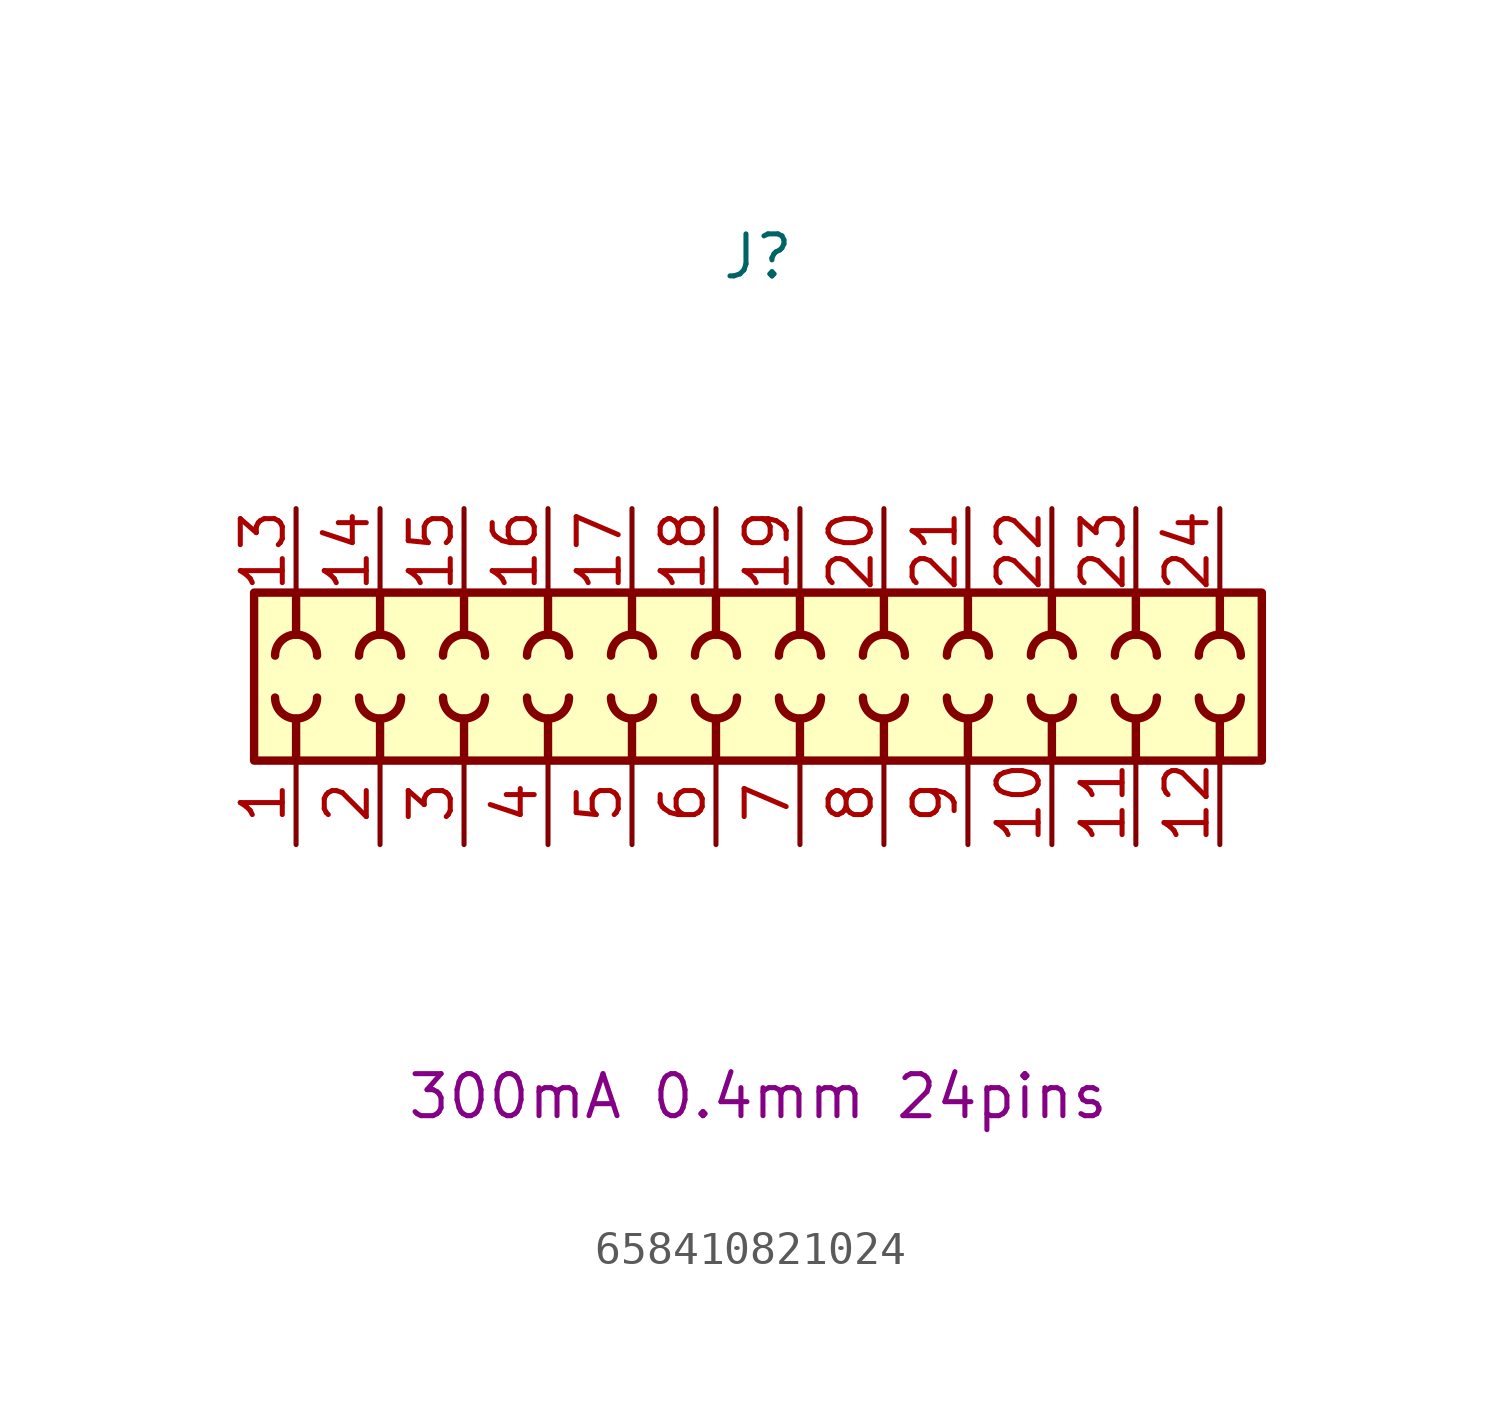
<source format=kicad_sym>
(kicad_symbol_lib
  (version 20241209)
  (generator "kicad_symbol_editor")
  (generator_version "9.0")
  (symbol "658410821024"
    (pin_names
      (hide yes))
    (property "Reference" "J"
      (at 0 12.7 0)
      (effects (font (size 1.27 1.27))))
    (property "Critical Parameter" "300mA 0.4mm 24pins"
      (at 0 -12.7 0)
      (effects (font (size 1.27 1.27))))
    (symbol "658410821024_0_1"
      (rectangle (start -15.24 2.54) (end 15.24 -2.54) (stroke (width 0.254) (type default)) (fill (type background)))
      (polyline (pts (xy -13.97 2.54) (xy -13.97 1.27)) (stroke (width 0.254) (type default)) (fill (type none)))
      (arc (start -14.605 0.635) (mid -13.97 1.2672) (end -13.335 0.635) (stroke (width 0.254) (type default)) (fill (type none)))
      (arc (start -13.335 -0.635) (mid -13.97 -1.2672) (end -14.605 -0.635) (stroke (width 0.254) (type default)) (fill (type none)))
      (polyline (pts (xy -13.97 -2.54) (xy -13.97 -1.27)) (stroke (width 0.254) (type default)) (fill (type none)))
      (polyline (pts (xy -11.43 2.54) (xy -11.43 1.27)) (stroke (width 0.254) (type default)) (fill (type none)))
      (arc (start -12.065 0.635) (mid -11.43 1.2672) (end -10.795 0.635) (stroke (width 0.254) (type default)) (fill (type none)))
      (arc (start -10.795 -0.635) (mid -11.43 -1.2672) (end -12.065 -0.635) (stroke (width 0.254) (type default)) (fill (type none)))
      (polyline (pts (xy -11.43 -2.54) (xy -11.43 -1.27)) (stroke (width 0.254) (type default)) (fill (type none)))
      (polyline (pts (xy -8.89 2.54) (xy -8.89 1.27)) (stroke (width 0.254) (type default)) (fill (type none)))
      (arc (start -9.525 0.635) (mid -8.89 1.2672) (end -8.255 0.635) (stroke (width 0.254) (type default)) (fill (type none)))
      (arc (start -8.255 -0.635) (mid -8.89 -1.2672) (end -9.525 -0.635) (stroke (width 0.254) (type default)) (fill (type none)))
      (polyline (pts (xy -8.89 -2.54) (xy -8.89 -1.27)) (stroke (width 0.254) (type default)) (fill (type none)))
      (polyline (pts (xy -6.35 2.54) (xy -6.35 1.27)) (stroke (width 0.254) (type default)) (fill (type none)))
      (arc (start -6.985 0.635) (mid -6.35 1.2672) (end -5.715 0.635) (stroke (width 0.254) (type default)) (fill (type none)))
      (arc (start -5.715 -0.635) (mid -6.35 -1.2672) (end -6.985 -0.635) (stroke (width 0.254) (type default)) (fill (type none)))
      (polyline (pts (xy -6.35 -2.54) (xy -6.35 -1.27)) (stroke (width 0.254) (type default)) (fill (type none)))
      (polyline (pts (xy -3.81 2.54) (xy -3.81 1.27)) (stroke (width 0.254) (type default)) (fill (type none)))
      (arc (start -4.445 0.635) (mid -3.81 1.2672) (end -3.175 0.635) (stroke (width 0.254) (type default)) (fill (type none)))
      (arc (start -3.175 -0.635) (mid -3.81 -1.2672) (end -4.445 -0.635) (stroke (width 0.254) (type default)) (fill (type none)))
      (polyline (pts (xy -3.81 -2.54) (xy -3.81 -1.27)) (stroke (width 0.254) (type default)) (fill (type none)))
      (polyline (pts (xy -1.27 2.54) (xy -1.27 1.27)) (stroke (width 0.254) (type default)) (fill (type none)))
      (arc (start -1.905 0.635) (mid -1.27 1.2672) (end -0.635 0.635) (stroke (width 0.254) (type default)) (fill (type none)))
      (arc (start -0.635 -0.635) (mid -1.27 -1.2672) (end -1.905 -0.635) (stroke (width 0.254) (type default)) (fill (type none)))
      (polyline (pts (xy -1.27 -2.54) (xy -1.27 -1.27)) (stroke (width 0.254) (type default)) (fill (type none)))
      (polyline (pts (xy 1.27 2.54) (xy 1.27 1.27)) (stroke (width 0.254) (type default)) (fill (type none)))
      (arc (start 0.635 0.635) (mid 1.27 1.2672) (end 1.905 0.635) (stroke (width 0.254) (type default)) (fill (type none)))
      (arc (start 1.905 -0.635) (mid 1.27 -1.2672) (end 0.635 -0.635) (stroke (width 0.254) (type default)) (fill (type none)))
      (polyline (pts (xy 1.27 -2.54) (xy 1.27 -1.27)) (stroke (width 0.254) (type default)) (fill (type none)))
      (polyline (pts (xy 3.81 2.54) (xy 3.81 1.27)) (stroke (width 0.254) (type default)) (fill (type none)))
      (arc (start 3.175 0.635) (mid 3.81 1.2672) (end 4.445 0.635) (stroke (width 0.254) (type default)) (fill (type none)))
      (arc (start 4.445 -0.635) (mid 3.81 -1.2672) (end 3.175 -0.635) (stroke (width 0.254) (type default)) (fill (type none)))
      (polyline (pts (xy 3.81 -2.54) (xy 3.81 -1.27)) (stroke (width 0.254) (type default)) (fill (type none)))
      (polyline (pts (xy 6.35 2.54) (xy 6.35 1.27)) (stroke (width 0.254) (type default)) (fill (type none)))
      (arc (start 5.715 0.635) (mid 6.35 1.2672) (end 6.985 0.635) (stroke (width 0.254) (type default)) (fill (type none)))
      (arc (start 6.985 -0.635) (mid 6.35 -1.2672) (end 5.715 -0.635) (stroke (width 0.254) (type default)) (fill (type none)))
      (polyline (pts (xy 6.35 -2.54) (xy 6.35 -1.27)) (stroke (width 0.254) (type default)) (fill (type none)))
      (polyline (pts (xy 8.89 2.54) (xy 8.89 1.27)) (stroke (width 0.254) (type default)) (fill (type none)))
      (arc (start 8.255 0.635) (mid 8.89 1.2672) (end 9.525 0.635) (stroke (width 0.254) (type default)) (fill (type none)))
      (arc (start 9.525 -0.635) (mid 8.89 -1.2672) (end 8.255 -0.635) (stroke (width 0.254) (type default)) (fill (type none)))
      (polyline (pts (xy 8.89 -2.54) (xy 8.89 -1.27)) (stroke (width 0.254) (type default)) (fill (type none)))
      (polyline (pts (xy 11.43 2.54) (xy 11.43 1.27)) (stroke (width 0.254) (type default)) (fill (type none)))
      (arc (start 10.795 0.635) (mid 11.43 1.2672) (end 12.065 0.635) (stroke (width 0.254) (type default)) (fill (type none)))
      (arc (start 12.065 -0.635) (mid 11.43 -1.2672) (end 10.795 -0.635) (stroke (width 0.254) (type default)) (fill (type none)))
      (polyline (pts (xy 11.43 -2.54) (xy 11.43 -1.27)) (stroke (width 0.254) (type default)) (fill (type none)))
      (polyline (pts (xy 13.97 2.54) (xy 13.97 1.27)) (stroke (width 0.254) (type default)) (fill (type none)))
      (arc (start 13.335 0.635) (mid 13.97 1.2672) (end 14.605 0.635) (stroke (width 0.254) (type default)) (fill (type none)))
      (arc (start 14.605 -0.635) (mid 13.97 -1.2672) (end 13.335 -0.635) (stroke (width 0.254) (type default)) (fill (type none)))
      (polyline (pts (xy 13.97 -2.54) (xy 13.97 -1.27)) (stroke (width 0.254) (type default)) (fill (type none))))
    (symbol "658410821024_1_1"
      (pin passive line (at -13.97 5.08 270) (length 2.54) (name "13" (effects (font (size 1.27 1.27)))) (number "13" (effects (font (size 1.27 1.27)))))
      (pin passive line (at -13.97 -5.08 90) (length 2.54) (name "1" (effects (font (size 1.27 1.27)))) (number "1" (effects (font (size 1.27 1.27)))))
      (pin passive line (at -11.43 5.08 270) (length 2.54) (name "14" (effects (font (size 1.27 1.27)))) (number "14" (effects (font (size 1.27 1.27)))))
      (pin passive line (at -11.43 -5.08 90) (length 2.54) (name "2" (effects (font (size 1.27 1.27)))) (number "2" (effects (font (size 1.27 1.27)))))
      (pin passive line (at -8.89 5.08 270) (length 2.54) (name "15" (effects (font (size 1.27 1.27)))) (number "15" (effects (font (size 1.27 1.27)))))
      (pin passive line (at -8.89 -5.08 90) (length 2.54) (name "3" (effects (font (size 1.27 1.27)))) (number "3" (effects (font (size 1.27 1.27)))))
      (pin passive line (at -6.35 5.08 270) (length 2.54) (name "16" (effects (font (size 1.27 1.27)))) (number "16" (effects (font (size 1.27 1.27)))))
      (pin passive line (at -6.35 -5.08 90) (length 2.54) (name "4" (effects (font (size 1.27 1.27)))) (number "4" (effects (font (size 1.27 1.27)))))
      (pin passive line (at -3.81 5.08 270) (length 2.54) (name "17" (effects (font (size 1.27 1.27)))) (number "17" (effects (font (size 1.27 1.27)))))
      (pin passive line (at -3.81 -5.08 90) (length 2.54) (name "5" (effects (font (size 1.27 1.27)))) (number "5" (effects (font (size 1.27 1.27)))))
      (pin passive line (at -1.27 5.08 270) (length 2.54) (name "18" (effects (font (size 1.27 1.27)))) (number "18" (effects (font (size 1.27 1.27)))))
      (pin passive line (at -1.27 -5.08 90) (length 2.54) (name "6" (effects (font (size 1.27 1.27)))) (number "6" (effects (font (size 1.27 1.27)))))
      (pin passive line (at 1.27 5.08 270) (length 2.54) (name "19" (effects (font (size 1.27 1.27)))) (number "19" (effects (font (size 1.27 1.27)))))
      (pin passive line (at 1.27 -5.08 90) (length 2.54) (name "7" (effects (font (size 1.27 1.27)))) (number "7" (effects (font (size 1.27 1.27)))))
      (pin passive line (at 3.81 5.08 270) (length 2.54) (name "20" (effects (font (size 1.27 1.27)))) (number "20" (effects (font (size 1.27 1.27)))))
      (pin passive line (at 3.81 -5.08 90) (length 2.54) (name "8" (effects (font (size 1.27 1.27)))) (number "8" (effects (font (size 1.27 1.27)))))
      (pin passive line (at 6.35 5.08 270) (length 2.54) (name "21" (effects (font (size 1.27 1.27)))) (number "21" (effects (font (size 1.27 1.27)))))
      (pin passive line (at 6.35 -5.08 90) (length 2.54) (name "9" (effects (font (size 1.27 1.27)))) (number "9" (effects (font (size 1.27 1.27)))))
      (pin passive line (at 8.89 5.08 270) (length 2.54) (name "22" (effects (font (size 1.27 1.27)))) (number "22" (effects (font (size 1.27 1.27)))))
      (pin passive line (at 8.89 -5.08 90) (length 2.54) (name "10" (effects (font (size 1.27 1.27)))) (number "10" (effects (font (size 1.27 1.27)))))
      (pin passive line (at 11.43 5.08 270) (length 2.54) (name "23" (effects (font (size 1.27 1.27)))) (number "23" (effects (font (size 1.27 1.27)))))
      (pin passive line (at 11.43 -5.08 90) (length 2.54) (name "11" (effects (font (size 1.27 1.27)))) (number "11" (effects (font (size 1.27 1.27)))))
      (pin passive line (at 13.97 5.08 270) (length 2.54) (name "24" (effects (font (size 1.27 1.27)))) (number "24" (effects (font (size 1.27 1.27)))))
      (pin passive line (at 13.97 -5.08 90) (length 2.54) (name "12" (effects (font (size 1.27 1.27)))) (number "12" (effects (font (size 1.27 1.27))))))))
</source>
